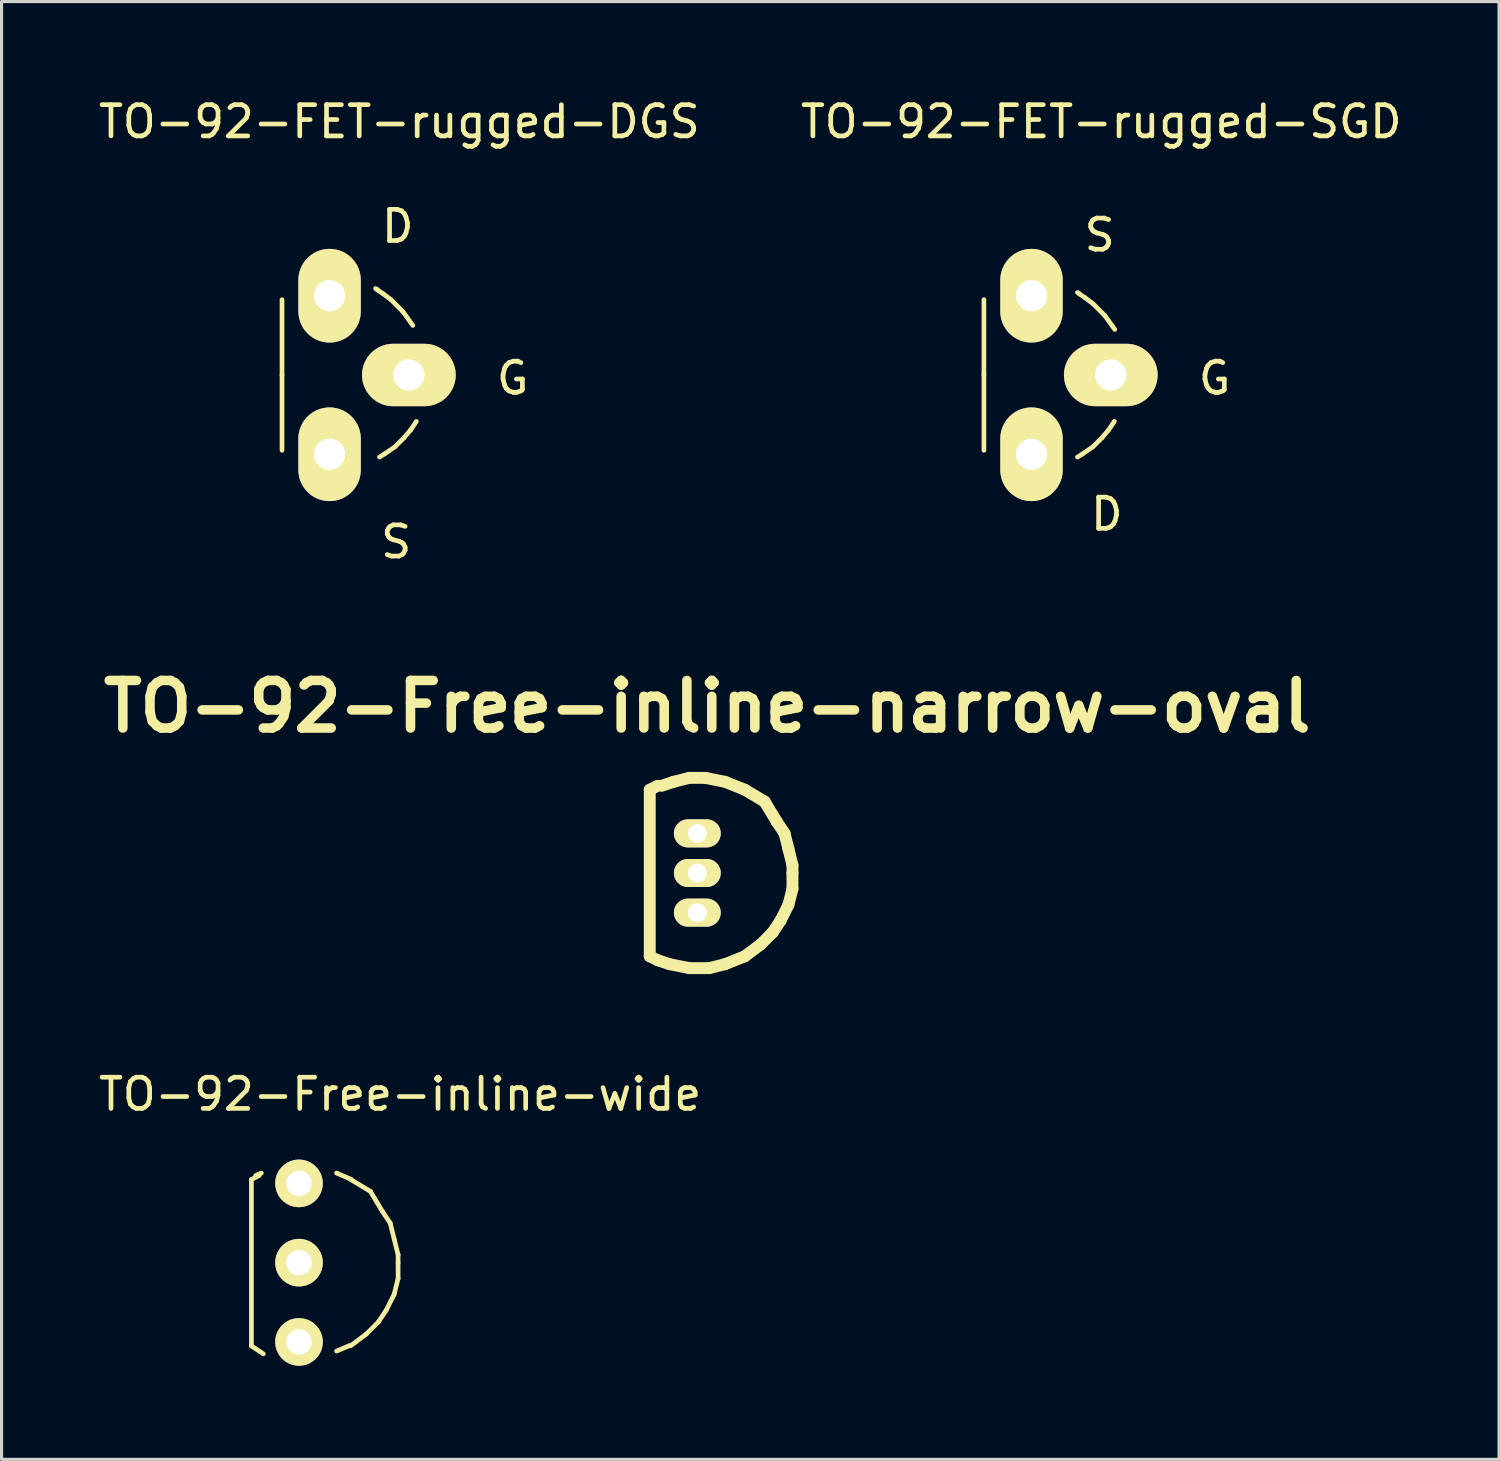
<source format=kicad_pcb>
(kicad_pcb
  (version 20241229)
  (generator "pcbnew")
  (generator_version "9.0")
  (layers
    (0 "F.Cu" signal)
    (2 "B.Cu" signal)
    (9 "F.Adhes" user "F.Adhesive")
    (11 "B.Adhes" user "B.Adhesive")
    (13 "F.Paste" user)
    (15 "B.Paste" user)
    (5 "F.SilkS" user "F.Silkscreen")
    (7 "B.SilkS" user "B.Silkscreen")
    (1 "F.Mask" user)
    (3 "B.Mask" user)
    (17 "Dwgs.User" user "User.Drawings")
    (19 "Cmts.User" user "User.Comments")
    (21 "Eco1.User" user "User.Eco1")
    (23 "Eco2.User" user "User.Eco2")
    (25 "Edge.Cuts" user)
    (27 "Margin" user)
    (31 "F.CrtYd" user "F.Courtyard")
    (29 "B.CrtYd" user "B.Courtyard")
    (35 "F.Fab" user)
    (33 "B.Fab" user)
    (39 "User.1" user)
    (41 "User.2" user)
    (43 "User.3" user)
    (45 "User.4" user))
  (footprint "TO-92-Free-inline-narrow-oval"
    (layer "F.Cu")
    (at 19.291 24.919)
    (property "Reference" "TO-92-Free-inline-narrow-oval" (at 0.318 -5.334 0) (layer "F.SilkS") (effects (font (size 1.524 1.524) (thickness 0.305))))
    (attr through_hole)
    (fp_line (start -1.524 -2.667) (end -1.524 2.667) (stroke (width 0.381) (type solid)) (layer "F.SilkS"))
    (fp_line (start -1.524 -2.667) (end -1.27 -2.794) (stroke (width 0.381) (type solid)) (layer "F.SilkS"))
    (fp_line (start -1.27 2.794) (end -1.524 2.667) (stroke (width 0.381) (type solid)) (layer "F.SilkS"))
    (fp_line (start -1.143 -2.794) (end -0.762 -2.921) (stroke (width 0.381) (type solid)) (layer "F.SilkS"))
    (fp_line (start -0.889 2.921) (end -1.27 2.794) (stroke (width 0.381) (type solid)) (layer "F.SilkS"))
    (fp_line (start -0.762 -2.921) (end -0.254 -3.048) (stroke (width 0.381) (type solid)) (layer "F.SilkS"))
    (fp_line (start -0.254 -3.048) (end 0.254 -3.048) (stroke (width 0.381) (type solid)) (layer "F.SilkS"))
    (fp_line (start -0.254 3.048) (end -0.889 2.921) (stroke (width 0.381) (type solid)) (layer "F.SilkS"))
    (fp_line (start 0.254 -3.048) (end 0.889 -2.921) (stroke (width 0.381) (type solid)) (layer "F.SilkS"))
    (fp_line (start 0.381 3.048) (end -0.254 3.048) (stroke (width 0.381) (type solid)) (layer "F.SilkS"))
    (fp_line (start 0.889 -2.921) (end 1.524 -2.667) (stroke (width 0.381) (type solid)) (layer "F.SilkS"))
    (fp_line (start 0.889 2.921) (end 0.381 3.048) (stroke (width 0.381) (type solid)) (layer "F.SilkS"))
    (fp_line (start 1.524 -2.667) (end 2.159 -2.286) (stroke (width 0.381) (type solid)) (layer "F.SilkS"))
    (fp_line (start 1.524 2.667) (end 0.889 2.921) (stroke (width 0.381) (type solid)) (layer "F.SilkS"))
    (fp_line (start 2.032 2.286) (end 1.524 2.667) (stroke (width 0.381) (type solid)) (layer "F.SilkS"))
    (fp_line (start 2.159 -2.286) (end 2.54 -1.651) (stroke (width 0.381) (type solid)) (layer "F.SilkS"))
    (fp_line (start 2.413 1.905) (end 2.032 2.286) (stroke (width 0.381) (type solid)) (layer "F.SilkS"))
    (fp_line (start 2.54 -1.651) (end 2.794 -1.27) (stroke (width 0.381) (type solid)) (layer "F.SilkS"))
    (fp_line (start 2.667 1.524) (end 2.413 1.905) (stroke (width 0.381) (type solid)) (layer "F.SilkS"))
    (fp_line (start 2.794 -1.27) (end 2.921 -0.762) (stroke (width 0.381) (type solid)) (layer "F.SilkS"))
    (fp_line (start 2.921 -0.762) (end 3.048 -0.254) (stroke (width 0.381) (type solid)) (layer "F.SilkS"))
    (fp_line (start 2.921 1.016) (end 2.667 1.524) (stroke (width 0.381) (type solid)) (layer "F.SilkS"))
    (fp_line (start 3.048 -0.254) (end 3.048 0) (stroke (width 0.381) (type solid)) (layer "F.SilkS"))
    (fp_line (start 3.048 0) (end 3.048 0.508) (stroke (width 0.381) (type solid)) (layer "F.SilkS"))
    (fp_line (start 3.048 0.508) (end 2.921 1.016) (stroke (width 0.381) (type solid)) (layer "F.SilkS"))
    (pad "1" thru_hole oval (at 0 -1.27 90) (size 0.899 1.501) (drill 0.599) (layers "*.Cu" "*.Mask" "F.SilkS"))
    (pad "2" thru_hole oval (at 0 0 90) (size 0.899 1.501) (drill 0.599) (layers "*.Cu" "*.Mask" "F.SilkS"))
    (pad "3" thru_hole oval (at 0 1.27 90) (size 0.899 1.501) (drill 0.599) (layers "*.Cu" "*.Mask" "F.SilkS")))
  (footprint "TO-92-Free-inline-wide"
    (layer "F.Cu")
    (at 6.529 37.403)
    (property "Reference" "TO-92-Free-inline-wide" (at 3.239 -5.397 0) (layer "F.SilkS") (effects (font (size 1 1) (thickness 0.15))))
    (attr through_hole)
    (fp_line (start -1.524 -2.667) (end -1.524 2.667) (stroke (width 0.15) (type solid)) (layer "F.SilkS"))
    (fp_line (start -1.524 -2.667) (end -1.27 -2.794) (stroke (width 0.15) (type solid)) (layer "F.SilkS"))
    (fp_line (start -1.524 2.667) (end -1.143 2.921) (stroke (width 0.15) (type solid)) (layer "F.SilkS"))
    (fp_line (start -1.384 -2.794) (end -1.206 -2.87) (stroke (width 0.15) (type solid)) (layer "F.SilkS"))
    (fp_line (start 1.626 2.654) (end 1.206 2.832) (stroke (width 0.15) (type solid)) (layer "F.SilkS"))
    (fp_line (start 1.651 -2.667) (end 2.286 -2.286) (stroke (width 0.15) (type solid)) (layer "F.SilkS"))
    (fp_line (start 1.676 -2.667) (end 1.206 -2.87) (stroke (width 0.15) (type solid)) (layer "F.SilkS"))
    (fp_line (start 2.159 2.286) (end 1.651 2.667) (stroke (width 0.15) (type solid)) (layer "F.SilkS"))
    (fp_line (start 2.286 -2.286) (end 2.667 -1.651) (stroke (width 0.15) (type solid)) (layer "F.SilkS"))
    (fp_line (start 2.54 1.905) (end 2.159 2.286) (stroke (width 0.15) (type solid)) (layer "F.SilkS"))
    (fp_line (start 2.667 -1.651) (end 2.921 -1.27) (stroke (width 0.15) (type solid)) (layer "F.SilkS"))
    (fp_line (start 2.794 1.524) (end 2.54 1.905) (stroke (width 0.15) (type solid)) (layer "F.SilkS"))
    (fp_line (start 2.921 -1.27) (end 3.048 -0.762) (stroke (width 0.15) (type solid)) (layer "F.SilkS"))
    (fp_line (start 3.048 -0.762) (end 3.175 -0.254) (stroke (width 0.15) (type solid)) (layer "F.SilkS"))
    (fp_line (start 3.048 1.016) (end 2.794 1.524) (stroke (width 0.15) (type solid)) (layer "F.SilkS"))
    (fp_line (start 3.175 -0.254) (end 3.175 0) (stroke (width 0.15) (type solid)) (layer "F.SilkS"))
    (fp_line (start 3.175 0) (end 3.175 0.508) (stroke (width 0.15) (type solid)) (layer "F.SilkS"))
    (fp_line (start 3.175 0.508) (end 3.048 1.016) (stroke (width 0.15) (type solid)) (layer "F.SilkS"))
    (pad "1" thru_hole circle (at 0 -2.54) (size 1.524 1.524) (drill 0.813) (layers "*.Cu" "*.Mask" "F.SilkS"))
    (pad "2" thru_hole circle (at 0 0) (size 1.524 1.524) (drill 0.813) (layers "*.Cu" "*.Mask" "F.SilkS"))
    (pad "3" thru_hole circle (at 0 2.54) (size 1.524 1.524) (drill 0.813) (layers "*.Cu" "*.Mask" "F.SilkS")))
  (footprint "TO-92-FET-rugged-SGD"
    (layer "F.Cu")
    (at 29.997 8.964)
    (property "Reference" "TO-92-FET-rugged-SGD" (at 2.235 -8.115 0) (layer "F.SilkS") (effects (font (size 1 1) (thickness 0.15))))
    (attr through_hole)
    (fp_line (start -1.524 0) (end -1.524 -2.413) (stroke (width 0.15) (type solid)) (layer "F.SilkS"))
    (fp_line (start -1.524 0) (end -1.524 2.413) (stroke (width 0.15) (type solid)) (layer "F.SilkS"))
    (fp_line (start 1.524 -2.616) (end 1.473 -2.642) (stroke (width 0.15) (type solid)) (layer "F.SilkS"))
    (fp_line (start 1.524 -2.603) (end 1.714 -2.477) (stroke (width 0.15) (type solid)) (layer "F.SilkS"))
    (fp_line (start 1.638 2.527) (end 1.473 2.629) (stroke (width 0.15) (type solid)) (layer "F.SilkS"))
    (fp_line (start 1.714 -2.477) (end 1.968 -2.286) (stroke (width 0.15) (type solid)) (layer "F.SilkS"))
    (fp_line (start 1.968 -2.286) (end 2.349 -1.905) (stroke (width 0.15) (type solid)) (layer "F.SilkS"))
    (fp_line (start 1.968 2.299) (end 1.638 2.527) (stroke (width 0.15) (type solid)) (layer "F.SilkS"))
    (fp_line (start 2.261 2.007) (end 1.968 2.299) (stroke (width 0.15) (type solid)) (layer "F.SilkS"))
    (fp_line (start 2.349 -1.905) (end 2.667 -1.46) (stroke (width 0.15) (type solid)) (layer "F.SilkS"))
    (fp_line (start 2.477 1.753) (end 2.261 2.007) (stroke (width 0.15) (type solid)) (layer "F.SilkS"))
    (fp_line (start 2.654 1.486) (end 2.477 1.753) (stroke (width 0.15) (type solid)) (layer "F.SilkS"))
    (fp_text user "S" (at 2.184 -4.483 0) (layer "F.SilkS") (effects (font (size 1 1) (thickness 0.15))))
    (fp_text user "D" (at 2.413 4.458 0) (layer "F.SilkS") (effects (font (size 1 1) (thickness 0.15))))
    (fp_text user "G" (at 5.867 0.102 0) (layer "F.SilkS") (effects (font (size 1 1) (thickness 0.15))))
    (pad "D" thru_hole oval (at 0 2.54) (size 1.999 3) (drill 1.001) (layers "*.Cu" "*.Mask" "F.SilkS"))
    (pad "G" thru_hole oval (at 2.54 0) (size 3 1.999) (drill 1.001) (layers "*.Cu" "*.Mask" "F.SilkS"))
    (pad "S" thru_hole oval (at 0 -2.54) (size 1.999 3) (drill 1.001) (layers "*.Cu" "*.Mask" "F.SilkS")))
  (footprint "TO-92-FET-rugged-DGS"
    (layer "F.Cu")
    (at 7.509 8.964)
    (property "Reference" "TO-92-FET-rugged-DGS" (at 2.235 -8.115 0) (layer "F.SilkS") (effects (font (size 1 1) (thickness 0.15))))
    (attr through_hole)
    (fp_line (start -1.524 0) (end -1.524 -2.413) (stroke (width 0.15) (type solid)) (layer "F.SilkS"))
    (fp_line (start -1.524 0) (end -1.524 2.413) (stroke (width 0.15) (type solid)) (layer "F.SilkS"))
    (fp_line (start 1.524 -2.743) (end 1.473 -2.769) (stroke (width 0.15) (type solid)) (layer "F.SilkS"))
    (fp_line (start 1.524 -2.731) (end 1.714 -2.603) (stroke (width 0.15) (type solid)) (layer "F.SilkS"))
    (fp_line (start 1.714 -2.603) (end 1.968 -2.413) (stroke (width 0.15) (type solid)) (layer "F.SilkS"))
    (fp_line (start 1.765 2.527) (end 1.6 2.629) (stroke (width 0.15) (type solid)) (layer "F.SilkS"))
    (fp_line (start 1.968 -2.413) (end 2.349 -2.032) (stroke (width 0.15) (type solid)) (layer "F.SilkS"))
    (fp_line (start 2.095 2.299) (end 1.765 2.527) (stroke (width 0.15) (type solid)) (layer "F.SilkS"))
    (fp_line (start 2.349 -2.032) (end 2.667 -1.587) (stroke (width 0.15) (type solid)) (layer "F.SilkS"))
    (fp_line (start 2.388 2.007) (end 2.095 2.299) (stroke (width 0.15) (type solid)) (layer "F.SilkS"))
    (fp_line (start 2.603 1.753) (end 2.388 2.007) (stroke (width 0.15) (type solid)) (layer "F.SilkS"))
    (fp_line (start 2.781 1.486) (end 2.603 1.753) (stroke (width 0.15) (type solid)) (layer "F.SilkS"))
    (fp_text user "G" (at 5.867 0.102 0) (layer "F.SilkS") (effects (font (size 1 1) (thickness 0.15))))
    (fp_text user "D" (at 2.184 -4.763 0) (layer "F.SilkS") (effects (font (size 1 1) (thickness 0.15))))
    (fp_text user "S" (at 2.134 5.347 0) (layer "F.SilkS") (effects (font (size 1 1) (thickness 0.15))))
    (pad "D" thru_hole oval (at 0 -2.54) (size 1.999 3) (drill 1.001) (layers "*.Cu" "*.Mask" "F.SilkS"))
    (pad "G" thru_hole oval (at 2.54 0) (size 3 1.999) (drill 1.001) (layers "*.Cu" "*.Mask" "F.SilkS"))
    (pad "S" thru_hole oval (at 0 2.54) (size 1.999 3) (drill 1.001) (layers "*.Cu" "*.Mask" "F.SilkS")))
  (gr_rect
    (start -3 -3)
    (end 44.976 43.705)
    (stroke (width 0.1) (type default))
    (fill no)
    (layer "Edge.Cuts")))
</source>
